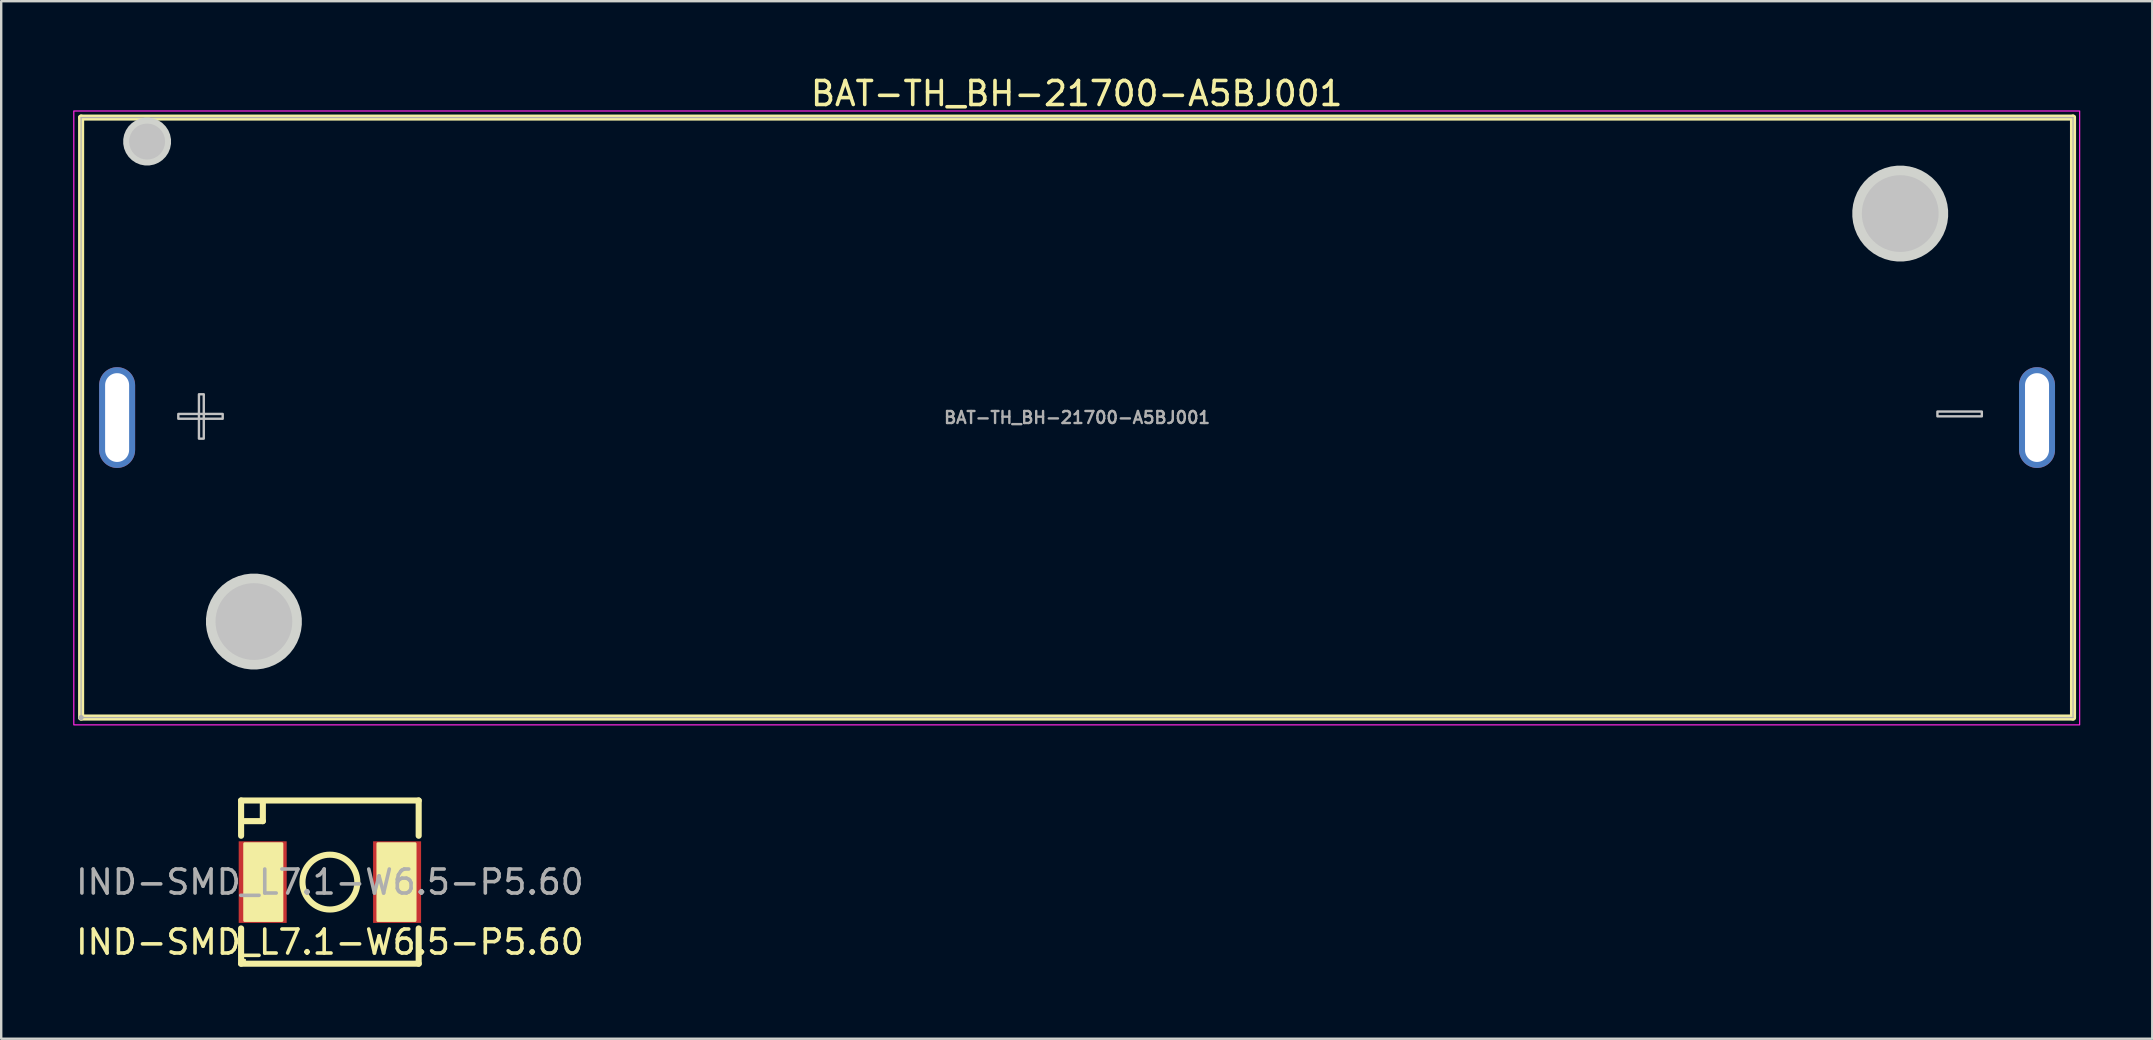
<source format=kicad_pcb>
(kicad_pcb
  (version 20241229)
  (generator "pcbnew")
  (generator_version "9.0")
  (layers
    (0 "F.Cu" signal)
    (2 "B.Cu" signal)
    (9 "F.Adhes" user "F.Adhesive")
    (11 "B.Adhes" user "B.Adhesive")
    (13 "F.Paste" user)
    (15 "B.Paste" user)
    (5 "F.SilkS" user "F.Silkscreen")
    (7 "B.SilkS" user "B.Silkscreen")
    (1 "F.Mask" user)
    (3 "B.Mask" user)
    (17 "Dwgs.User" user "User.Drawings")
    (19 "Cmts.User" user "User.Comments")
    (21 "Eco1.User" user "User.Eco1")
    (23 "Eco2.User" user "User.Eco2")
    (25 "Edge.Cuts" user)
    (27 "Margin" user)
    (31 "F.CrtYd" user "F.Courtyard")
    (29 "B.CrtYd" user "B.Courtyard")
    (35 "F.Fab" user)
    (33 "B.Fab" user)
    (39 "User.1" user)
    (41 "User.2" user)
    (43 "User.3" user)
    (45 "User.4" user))
  (footprint "BAT-TH_BH-21700-A5BJ001"
    (layer "F.Cu")
    (at 41.83 14.349)
    (property "Reference" "BAT-TH_BH-21700-A5BJ001" (at -0.015 -13.501 0) (layer "F.SilkS") (effects (font (size 1 1) (thickness 0.15))))
    (fp_line (start -41.5 -12.5) (end -41.5 12.5) (stroke (width 0.254) (type default)) (layer "F.SilkS"))
    (fp_line (start -41.5 -12.5) (end 41.5 -12.5) (stroke (width 0.254) (type default)) (layer "F.SilkS"))
    (fp_line (start -41.5 12.5) (end 41.5 12.5) (stroke (width 0.254) (type default)) (layer "F.SilkS"))
    (fp_line (start 41.5 -12.5) (end 41.5 12.5) (stroke (width 0.254) (type default)) (layer "F.SilkS"))
    (fp_circle (center -38.75 -11.5) (end -38.375 -11.5) (stroke (width 0.75) (type default)) (fill no) (layer "Dwgs.User"))
    (fp_circle (center -34.3 8.5) (end -33.5 8.5) (stroke (width 1.6) (type default)) (fill no) (layer "Dwgs.User"))
    (fp_circle (center 34.3 -8.5) (end 35.1 -8.5) (stroke (width 1.6) (type default)) (fill no) (layer "Dwgs.User"))
    (fp_poly (pts (xy -37.45 -0.15) (xy -37.45 0.05) (xy -35.6 0.05) (xy -35.6 -0.15)) (stroke (width 0.1) (type default)) (fill no) (layer "Dwgs.User"))
    (fp_poly (pts (xy -36.59 0.879) (xy -36.389 0.879) (xy -36.389 -0.971) (xy -36.59 -0.971)) (stroke (width 0.1) (type default)) (fill no) (layer "Dwgs.User"))
    (fp_poly (pts (xy 37.7 -0.05) (xy 37.7 -0.25) (xy 35.85 -0.25) (xy 35.85 -0.05)) (stroke (width 0.1) (type default)) (fill no) (layer "Dwgs.User"))
    (fp_poly (pts (xy -37.755 -11.598) (xy -37.793 -11.79) (xy -37.868 -11.971) (xy -37.977 -12.134) (xy -38.116 -12.273) (xy -38.279 -12.382) (xy -38.46 -12.457) (xy -38.652 -12.495) (xy -38.848 -12.495) (xy -39.04 -12.457) (xy -39.221 -12.382) (xy -39.384 -12.273) (xy -39.523 -12.134) (xy -39.632 -11.971) (xy -39.707 -11.79) (xy -39.745 -11.598) (xy -39.745 -11.402) (xy -39.707 -11.21) (xy -39.632 -11.029) (xy -39.523 -10.866) (xy -39.384 -10.727) (xy -39.221 -10.618) (xy -39.04 -10.543) (xy -38.848 -10.505) (xy -38.652 -10.505) (xy -38.46 -10.543) (xy -38.279 -10.618) (xy -38.116 -10.727) (xy -37.977 -10.866) (xy -37.868 -11.029) (xy -37.793 -11.21) (xy -37.755 -11.402)) (stroke (width 0) (type default)) (fill yes) (layer "Edge.Cuts"))
    (fp_poly (pts (xy -32.304 8.369) (xy -32.338 8.11) (xy -32.406 7.857) (xy -32.506 7.615) (xy -32.637 7.389) (xy -32.796 7.181) (xy -32.981 6.996) (xy -33.189 6.837) (xy -33.415 6.706) (xy -33.657 6.606) (xy -33.91 6.538) (xy -34.169 6.504) (xy -34.431 6.504) (xy -34.69 6.538) (xy -34.943 6.606) (xy -35.185 6.706) (xy -35.411 6.837) (xy -35.619 6.996) (xy -35.804 7.181) (xy -35.963 7.389) (xy -36.094 7.615) (xy -36.194 7.857) (xy -36.262 8.11) (xy -36.296 8.369) (xy -36.296 8.631) (xy -36.262 8.89) (xy -36.194 9.143) (xy -36.094 9.385) (xy -35.963 9.611) (xy -35.804 9.819) (xy -35.619 10.004) (xy -35.411 10.163) (xy -35.185 10.294) (xy -34.943 10.394) (xy -34.69 10.462) (xy -34.431 10.496) (xy -34.169 10.496) (xy -33.91 10.462) (xy -33.657 10.394) (xy -33.415 10.294) (xy -33.189 10.163) (xy -32.981 10.004) (xy -32.796 9.819) (xy -32.637 9.611) (xy -32.506 9.385) (xy -32.406 9.143) (xy -32.338 8.89) (xy -32.304 8.631)) (stroke (width 0) (type default)) (fill yes) (layer "Edge.Cuts"))
    (fp_poly (pts (xy 36.296 -8.631) (xy 36.262 -8.89) (xy 36.194 -9.143) (xy 36.094 -9.385) (xy 35.963 -9.611) (xy 35.804 -9.819) (xy 35.619 -10.004) (xy 35.411 -10.163) (xy 35.185 -10.294) (xy 34.943 -10.394) (xy 34.69 -10.462) (xy 34.431 -10.496) (xy 34.169 -10.496) (xy 33.91 -10.462) (xy 33.657 -10.394) (xy 33.415 -10.294) (xy 33.189 -10.163) (xy 32.981 -10.004) (xy 32.796 -9.819) (xy 32.637 -9.611) (xy 32.506 -9.385) (xy 32.406 -9.143) (xy 32.338 -8.89) (xy 32.304 -8.631) (xy 32.304 -8.369) (xy 32.338 -8.11) (xy 32.406 -7.857) (xy 32.506 -7.615) (xy 32.637 -7.389) (xy 32.796 -7.181) (xy 32.981 -6.996) (xy 33.189 -6.837) (xy 33.415 -6.706) (xy 33.657 -6.606) (xy 33.91 -6.538) (xy 34.169 -6.504) (xy 34.431 -6.504) (xy 34.69 -6.538) (xy 34.943 -6.606) (xy 35.185 -6.706) (xy 35.411 -6.837) (xy 35.619 -6.996) (xy 35.804 -7.181) (xy 35.963 -7.389) (xy 36.094 -7.615) (xy 36.194 -7.857) (xy 36.262 -8.11) (xy 36.296 -8.369)) (stroke (width 0) (type default)) (fill yes) (layer "Edge.Cuts"))
    (fp_rect (start -41.805 -12.775) (end 41.776 12.805) (stroke (width 0.05) (type default)) (fill no) (layer "F.CrtYd"))
    (fp_line (start -41.5 -12.5) (end 41.5 -12.5) (stroke (width 0.051) (type default)) (layer "F.Fab"))
    (fp_line (start -41.5 12.5) (end -41.5 -12.5) (stroke (width 0.051) (type default)) (layer "F.Fab"))
    (fp_line (start 41.5 -12.5) (end 41.5 12.5) (stroke (width 0.051) (type default)) (layer "F.Fab"))
    (fp_line (start 41.5 12.5) (end -41.5 12.5) (stroke (width 0.051) (type default)) (layer "F.Fab"))
    (fp_poly (pts (xy -41.445 12.477) (xy -41.477 12.445) (xy -41.523 12.445) (xy -41.555 12.477) (xy -41.555 12.523) (xy -41.523 12.555) (xy -41.477 12.555) (xy -41.445 12.523)) (stroke (width 0.1) (type default)) (fill no) (layer "F.Fab"))
    (fp_poly (pts (xy -40.25 -1.025) (xy -39.75 -1.025) (xy -39.75 1.025) (xy -40.25 1.025)) (stroke (width 0.1) (type default)) (fill no) (layer "User.1"))
    (fp_poly (pts (xy 39.75 -1.025) (xy 40.25 -1.025) (xy 40.25 1.025) (xy 39.75 1.025)) (stroke (width 0.1) (type default)) (fill no) (layer "User.1"))
    (fp_text user "${REFERENCE}" (at 0 0 0) (layer "F.Fab") (effects (font (size 0.5 0.5) (thickness 0.1))))
    (pad "1" thru_hole oval (at -40 0) (size 1.5 4.2) (drill oval 1 3.7) (layers "*.Cu" "*.Mask"))
    (pad "2" thru_hole oval (at 40 0) (size 1.5 4.2) (drill oval 1 3.7) (layers "*.Cu" "*.Mask")))
  (footprint "IND-SMD_L7.1-W6.5-P5.60"
    (layer "F.Cu")
    (at 10.696 33.706)
    (property "Reference" "IND-SMD_L7.1-W6.5-P5.60" (at 0 2.5 0) (layer "F.SilkS") (effects (font (size 1 1) (thickness 0.15))))
    (attr smd)
    (fp_line (start -3.7 -3.4) (end -3.7 -1.931) (stroke (width 0.254) (type solid)) (layer "F.SilkS"))
    (fp_line (start -3.7 -3.4) (end 3.7 -3.4) (stroke (width 0.254) (type solid)) (layer "F.SilkS"))
    (fp_line (start -3.7 1.931) (end -3.7 3.4) (stroke (width 0.254) (type solid)) (layer "F.SilkS"))
    (fp_line (start -2.794 -3.302) (end -2.794 -2.54) (stroke (width 0.254) (type solid)) (layer "F.SilkS"))
    (fp_line (start -2.794 -2.54) (end -3.556 -2.54) (stroke (width 0.254) (type solid)) (layer "F.SilkS"))
    (fp_line (start 3.7 -3.4) (end 3.7 -1.931) (stroke (width 0.254) (type solid)) (layer "F.SilkS"))
    (fp_line (start 3.7 1.931) (end 3.7 3.4) (stroke (width 0.254) (type solid)) (layer "F.SilkS"))
    (fp_line (start 3.701 3.4) (end -3.699 3.4) (stroke (width 0.254) (type solid)) (layer "F.SilkS"))
    (fp_circle (center -3.55 3.25) (end -3.52 3.25) (stroke (width 0.06) (type solid)) (fill no) (layer "F.SilkS"))
    (fp_circle (center 0.000254 0) (end 1.143 0) (stroke (width 0.254) (type solid)) (fill no) (layer "F.SilkS"))
    (fp_poly (pts (xy -3.55 -1.6) (xy -2 -1.6) (xy -2 1.6) (xy -3.55 1.6)) (stroke (width 0.12) (type solid)) (fill yes) (layer "F.SilkS"))
    (fp_poly (pts (xy 2 -1.6) (xy 3.55 -1.6) (xy 3.55 1.6) (xy 2 1.6)) (stroke (width 0.12) (type solid)) (fill yes) (layer "F.SilkS"))
    (fp_text user "${REFERENCE}" (at 0.000254 0 0) (layer "F.Fab") (effects (font (size 1 1) (thickness 0.15))))
    (pad "1" smd rect (at -2.8 0) (size 2 3.4) (layers "F.Cu" "F.Mask" "F.Paste"))
    (pad "2" smd rect (at 2.8 0) (size 2 3.4) (layers "F.Cu" "F.Mask" "F.Paste")))
  (gr_rect
    (start -3 -3)
    (end 86.631 40.233)
    (stroke (width 0.1) (type default))
    (fill no)
    (layer "Edge.Cuts")))
</source>
